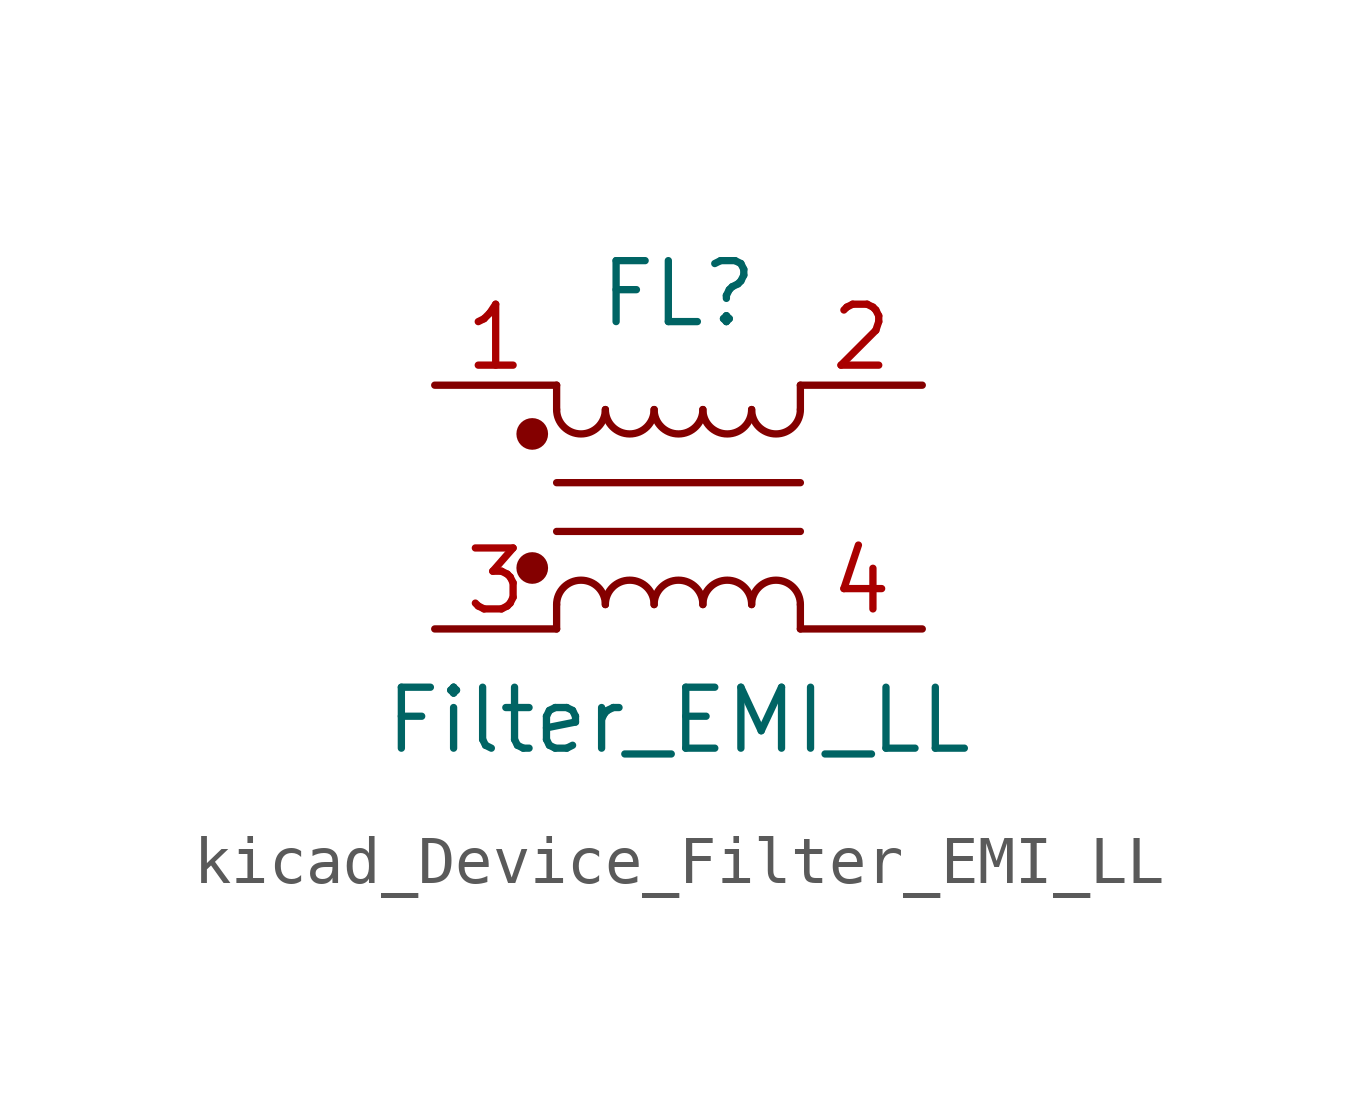
<source format=kicad_sym>
(kicad_symbol_lib
  (version 20220914)
  (generator kicad_symbol_editor)
  (symbol "kicad_Device_Filter_EMI_LL"
    (pin_names
      (offset 0.254) hide)
    (property "Reference" "FL"
      (at 0 4.445 0)
      (effects (font (size 1.27 1.27))))
    (property "Value" "Filter_EMI_LL"
      (at 0 -4.445 0)
      (effects (font (size 1.27 1.27))))
    (symbol "kicad_Device_Filter_EMI_LL_0_1"
      (circle (center -3.048 -1.27) (radius 0.254) (stroke (width 0) (type default)) (fill (type outline)))
      (circle (center -3.048 1.524) (radius 0.254) (stroke (width 0) (type default)) (fill (type outline)))
      (arc (start -2.54 2.032) (mid -2.032 1.5262) (end -1.524 2.032) (stroke (width 0) (type default)) (fill (type none)))
      (arc (start -1.524 -2.032) (mid -2.032 -1.5262) (end -2.54 -2.032) (stroke (width 0) (type default)) (fill (type none)))
      (arc (start -1.524 2.032) (mid -1.016 1.5262) (end -0.508 2.032) (stroke (width 0) (type default)) (fill (type none)))
      (arc (start -0.508 -2.032) (mid -1.016 -1.5262) (end -1.524 -2.032) (stroke (width 0) (type default)) (fill (type none)))
      (arc (start -0.508 2.032) (mid 0 1.5262) (end 0.508 2.032) (stroke (width 0) (type default)) (fill (type none)))
      (polyline (pts (xy -2.54 -2.032) (xy -2.54 -2.54)) (stroke (width 0) (type default)) (fill (type none)))
      (polyline (pts (xy -2.54 0.508) (xy 2.54 0.508)) (stroke (width 0) (type default)) (fill (type none)))
      (polyline (pts (xy -2.54 2.032) (xy -2.54 2.54)) (stroke (width 0) (type default)) (fill (type none)))
      (polyline (pts (xy 2.54 -2.032) (xy 2.54 -2.54)) (stroke (width 0) (type default)) (fill (type none)))
      (polyline (pts (xy 2.54 -0.508) (xy -2.54 -0.508)) (stroke (width 0) (type default)) (fill (type none)))
      (polyline (pts (xy 2.54 2.54) (xy 2.54 2.032)) (stroke (width 0) (type default)) (fill (type none)))
      (arc (start 0.508 -2.032) (mid 0 -1.5262) (end -0.508 -2.032) (stroke (width 0) (type default)) (fill (type none)))
      (arc (start 0.508 2.032) (mid 1.016 1.5262) (end 1.524 2.032) (stroke (width 0) (type default)) (fill (type none)))
      (arc (start 1.524 -2.032) (mid 1.016 -1.5262) (end 0.508 -2.032) (stroke (width 0) (type default)) (fill (type none)))
      (arc (start 1.524 2.032) (mid 2.032 1.5262) (end 2.54 2.032) (stroke (width 0) (type default)) (fill (type none)))
      (arc (start 2.54 -2.032) (mid 2.032 -1.5262) (end 1.524 -2.032) (stroke (width 0) (type default)) (fill (type none))))
    (symbol "kicad_Device_Filter_EMI_LL_1_1"
      (pin passive line (at -5.08 2.54 0) (length 2.54) (name "1" (effects (font (size 1.27 1.27)))) (number "1" (effects (font (size 1.27 1.27)))))
      (pin passive line (at 5.08 2.54 180) (length 2.54) (name "2" (effects (font (size 1.27 1.27)))) (number "2" (effects (font (size 1.27 1.27)))))
      (pin passive line (at -5.08 -2.54 0) (length 2.54) (name "3" (effects (font (size 1.27 1.27)))) (number "3" (effects (font (size 1.27 1.27)))))
      (pin passive line (at 5.08 -2.54 180) (length 2.54) (name "4" (effects (font (size 1.27 1.27)))) (number "4" (effects (font (size 1.27 1.27))))))))
</source>
